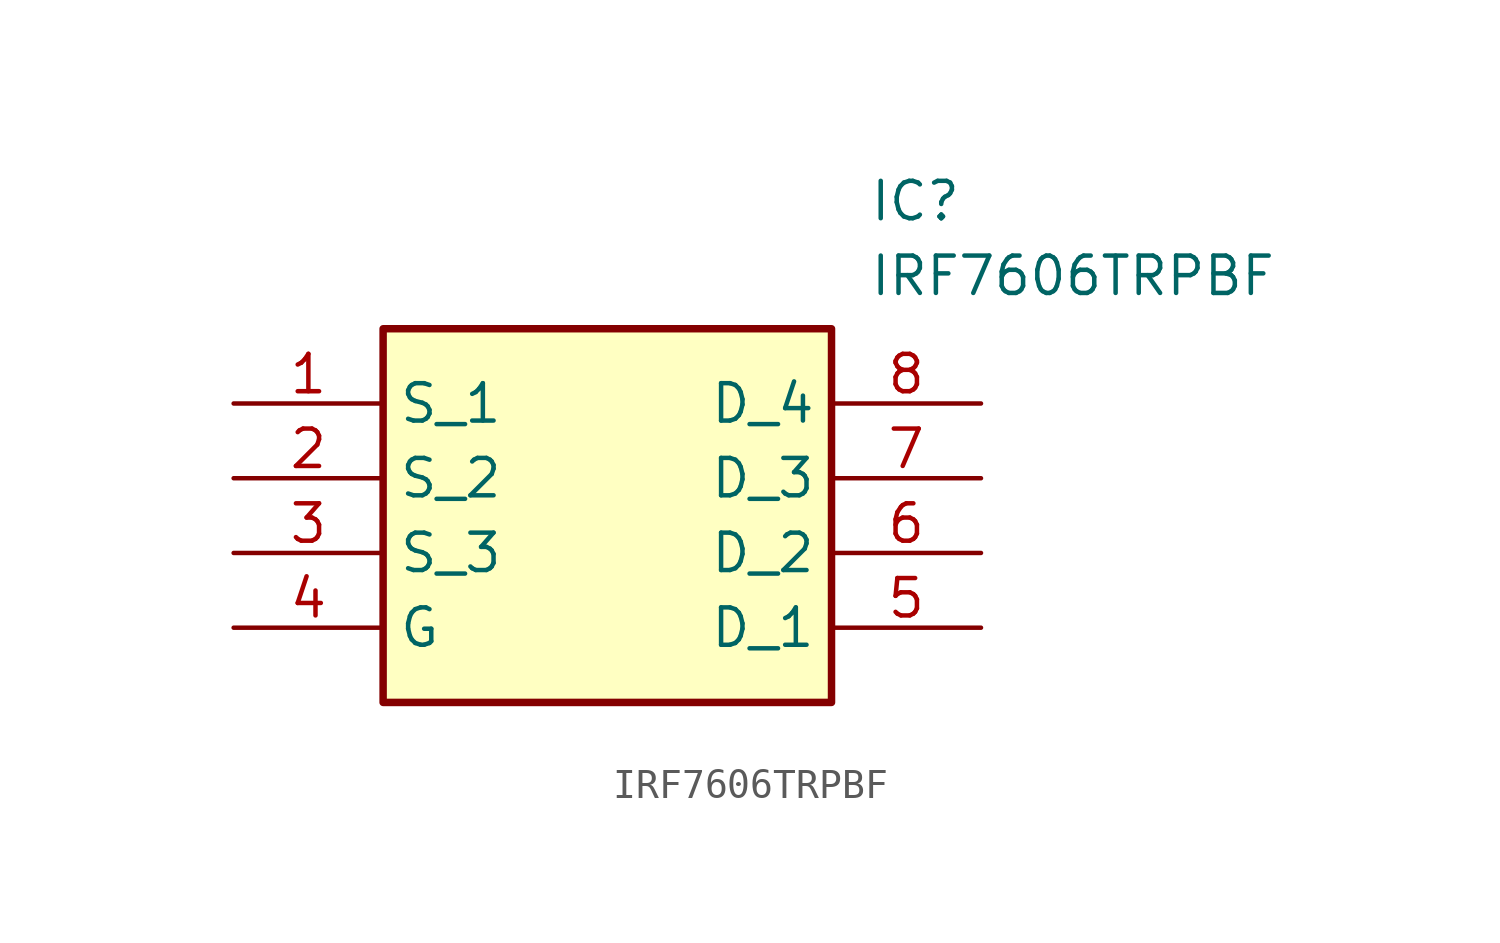
<source format=kicad_sym>
(kicad_symbol_lib
  (version 20211014)
  (generator SamacSys_ECAD_Model)
  (symbol "IRF7606TRPBF"
    (property "Reference" "IC"
      (at 21.59 7.62 0)
      (effects (font (size 1.27 1.27)) (justify left top)))
    (property "Value" "IRF7606TRPBF"
      (at 21.59 5.08 0)
      (effects (font (size 1.27 1.27)) (justify left top)))
    (rectangle
      (start 5.08 2.54)
      (end 20.32 -10.16)
      (stroke (width 0.254) (type default))
      (fill (type background)))
    (pin passive line
      (at 0 0 0)
      (length 5.08)
      (name "S_1" (effects (font (size 1.27 1.27))))
      (number "1" (effects (font (size 1.27 1.27)))))
    (pin passive line
      (at 0 -2.54 0)
      (length 5.08)
      (name "S_2" (effects (font (size 1.27 1.27))))
      (number "2" (effects (font (size 1.27 1.27)))))
    (pin passive line
      (at 0 -5.08 0)
      (length 5.08)
      (name "S_3" (effects (font (size 1.27 1.27))))
      (number "3" (effects (font (size 1.27 1.27)))))
    (pin passive line
      (at 0 -7.62 0)
      (length 5.08)
      (name "G" (effects (font (size 1.27 1.27))))
      (number "4" (effects (font (size 1.27 1.27)))))
    (pin passive line
      (at 25.4 0 180)
      (length 5.08)
      (name "D_4" (effects (font (size 1.27 1.27))))
      (number "8" (effects (font (size 1.27 1.27)))))
    (pin passive line
      (at 25.4 -2.54 180)
      (length 5.08)
      (name "D_3" (effects (font (size 1.27 1.27))))
      (number "7" (effects (font (size 1.27 1.27)))))
    (pin passive line
      (at 25.4 -5.08 180)
      (length 5.08)
      (name "D_2" (effects (font (size 1.27 1.27))))
      (number "6" (effects (font (size 1.27 1.27)))))
    (pin passive line
      (at 25.4 -7.62 180)
      (length 5.08)
      (name "D_1" (effects (font (size 1.27 1.27))))
      (number "5" (effects (font (size 1.27 1.27)))))))
</source>
